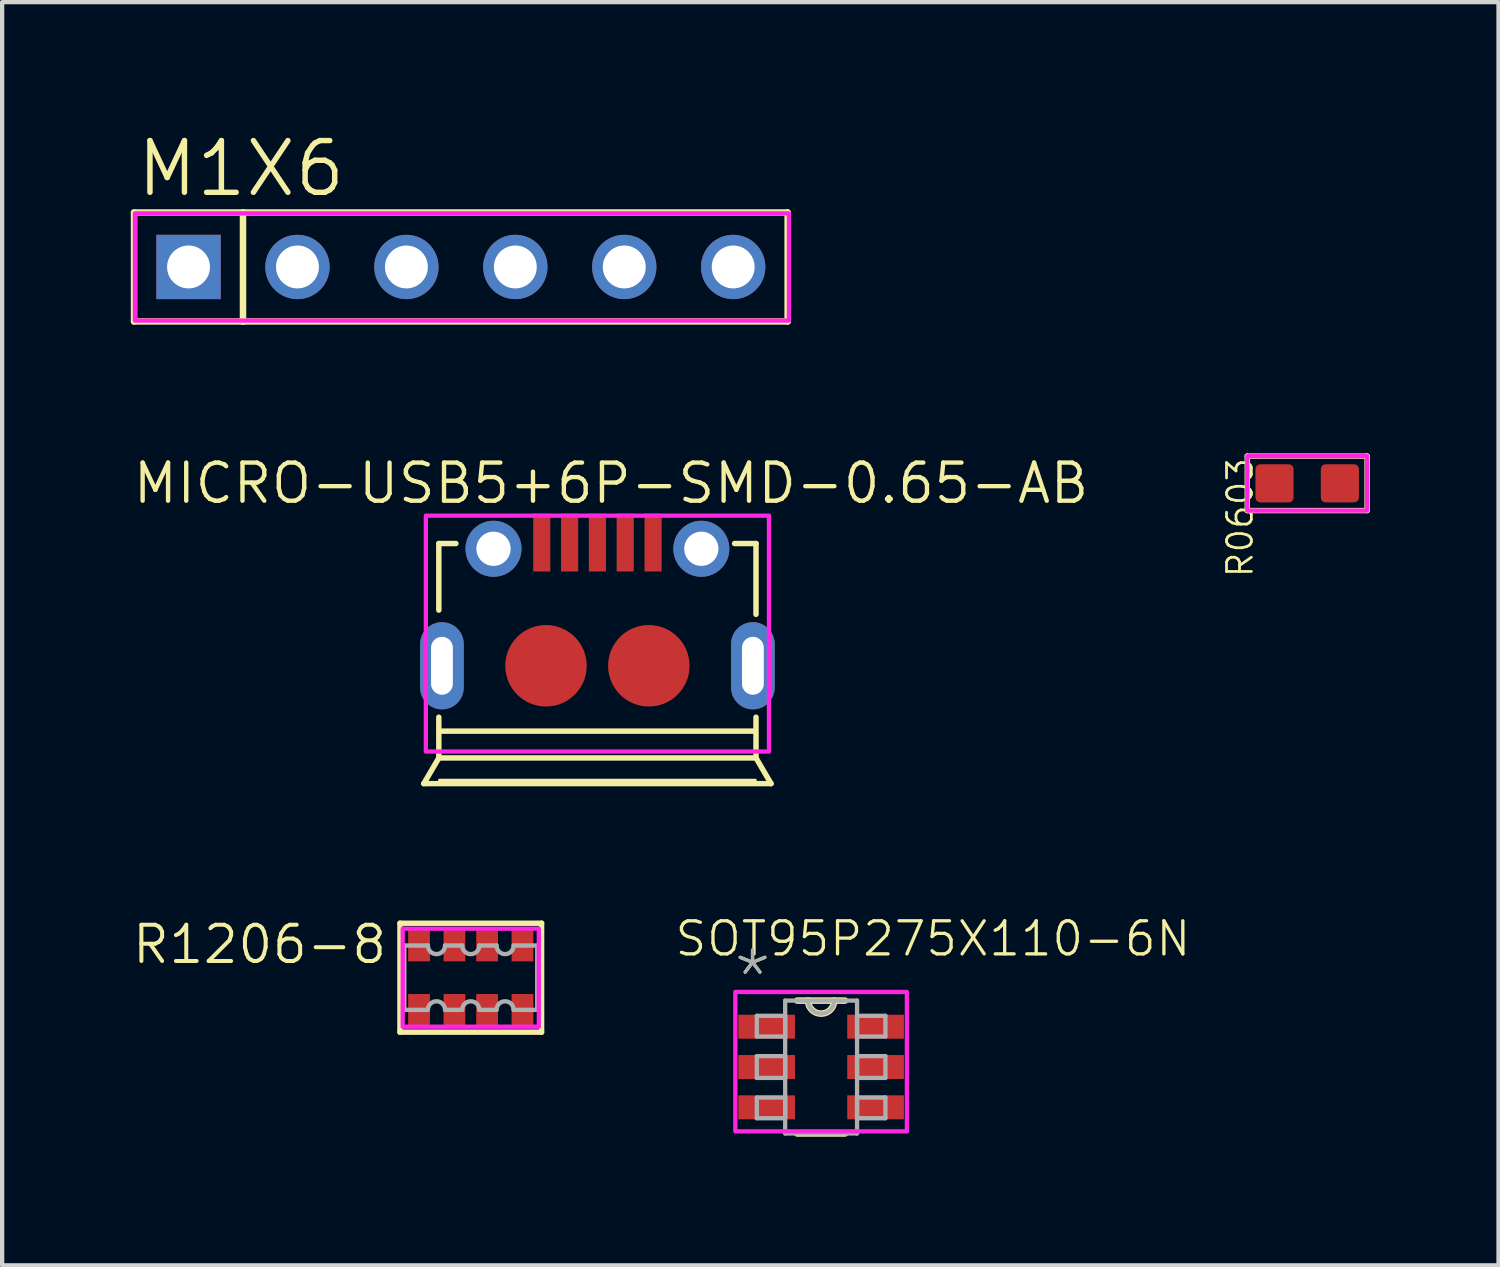
<source format=kicad_pcb>
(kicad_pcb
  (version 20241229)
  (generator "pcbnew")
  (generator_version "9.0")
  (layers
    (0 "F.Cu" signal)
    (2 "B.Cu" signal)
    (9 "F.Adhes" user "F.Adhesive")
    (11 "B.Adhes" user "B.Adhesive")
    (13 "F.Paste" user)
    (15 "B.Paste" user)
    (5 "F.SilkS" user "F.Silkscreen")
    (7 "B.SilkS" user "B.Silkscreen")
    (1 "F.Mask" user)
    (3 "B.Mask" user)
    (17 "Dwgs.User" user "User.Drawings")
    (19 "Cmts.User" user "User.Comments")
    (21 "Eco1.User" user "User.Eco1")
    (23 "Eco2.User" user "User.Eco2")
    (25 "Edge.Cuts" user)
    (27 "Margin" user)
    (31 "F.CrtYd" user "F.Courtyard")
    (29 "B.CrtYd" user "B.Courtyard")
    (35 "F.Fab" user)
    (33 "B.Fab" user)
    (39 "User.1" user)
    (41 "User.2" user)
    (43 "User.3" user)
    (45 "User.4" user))
  (footprint "SOT95P275X110-6N"
    (layer "F.Cu")
    (at 16.096 21.83)
    (property "Reference" "SOT95P275X110-6N" (at -3.454 -2.54 180) (layer "F.SilkS") (effects (font (size 0.772 0.772) (thickness 0.077)) (justify left bottom)))
    (attr smd)
    (fp_line (start -0.559 1.549) (end 0.559 1.549) (stroke (width 0.152) (type solid)) (layer "F.SilkS"))
    (fp_line (start 0.559 -1.549) (end -0.559 -1.549) (stroke (width 0.152) (type solid)) (layer "F.SilkS"))
    (fp_arc (start 0.3048 -1.5494) (mid 0 -1.2446) (end -0.3048 -1.5494) (stroke (width 0.1524) (type solid)) (layer "F.SilkS"))
    (fp_poly (pts (xy 2 1.5) (xy -2 1.5) (xy -2 -1.75) (xy 2 -1.75)) (stroke (width 0.1) (type solid)) (fill no) (layer "F.CrtYd"))
    (fp_line (start -1.499 -1.194) (end -1.499 -0.711) (stroke (width 0.1) (type solid)) (layer "F.Fab"))
    (fp_line (start -1.499 -0.711) (end -0.838 -0.711) (stroke (width 0.1) (type solid)) (layer "F.Fab"))
    (fp_line (start -1.499 -0.254) (end -1.499 0.254) (stroke (width 0.1) (type solid)) (layer "F.Fab"))
    (fp_line (start -1.499 0.254) (end -0.838 0.254) (stroke (width 0.1) (type solid)) (layer "F.Fab"))
    (fp_line (start -1.499 0.711) (end -1.499 1.194) (stroke (width 0.1) (type solid)) (layer "F.Fab"))
    (fp_line (start -1.499 1.194) (end -0.838 1.194) (stroke (width 0.1) (type solid)) (layer "F.Fab"))
    (fp_line (start -0.838 -1.549) (end -0.838 1.549) (stroke (width 0.1) (type solid)) (layer "F.Fab"))
    (fp_line (start -0.838 -1.194) (end -1.499 -1.194) (stroke (width 0.1) (type solid)) (layer "F.Fab"))
    (fp_line (start -0.838 -0.711) (end -0.838 -1.194) (stroke (width 0.1) (type solid)) (layer "F.Fab"))
    (fp_line (start -0.838 -0.254) (end -1.499 -0.254) (stroke (width 0.1) (type solid)) (layer "F.Fab"))
    (fp_line (start -0.838 0.254) (end -0.838 -0.254) (stroke (width 0.1) (type solid)) (layer "F.Fab"))
    (fp_line (start -0.838 0.711) (end -1.499 0.711) (stroke (width 0.1) (type solid)) (layer "F.Fab"))
    (fp_line (start -0.838 1.194) (end -0.838 0.711) (stroke (width 0.1) (type solid)) (layer "F.Fab"))
    (fp_line (start -0.838 1.549) (end 0.838 1.549) (stroke (width 0.1) (type solid)) (layer "F.Fab"))
    (fp_line (start 0.838 -1.549) (end -0.838 -1.549) (stroke (width 0.1) (type solid)) (layer "F.Fab"))
    (fp_line (start 0.838 -1.194) (end 0.838 -0.711) (stroke (width 0.1) (type solid)) (layer "F.Fab"))
    (fp_line (start 0.838 -0.711) (end 1.499 -0.711) (stroke (width 0.1) (type solid)) (layer "F.Fab"))
    (fp_line (start 0.838 -0.254) (end 0.838 0.254) (stroke (width 0.1) (type solid)) (layer "F.Fab"))
    (fp_line (start 0.838 0.254) (end 1.499 0.254) (stroke (width 0.1) (type solid)) (layer "F.Fab"))
    (fp_line (start 0.838 0.711) (end 0.838 1.194) (stroke (width 0.1) (type solid)) (layer "F.Fab"))
    (fp_line (start 0.838 1.194) (end 1.499 1.194) (stroke (width 0.1) (type solid)) (layer "F.Fab"))
    (fp_line (start 0.838 1.549) (end 0.838 -1.549) (stroke (width 0.1) (type solid)) (layer "F.Fab"))
    (fp_line (start 1.499 -1.194) (end 0.838 -1.194) (stroke (width 0.1) (type solid)) (layer "F.Fab"))
    (fp_line (start 1.499 -0.711) (end 1.499 -1.194) (stroke (width 0.1) (type solid)) (layer "F.Fab"))
    (fp_line (start 1.499 -0.254) (end 0.838 -0.254) (stroke (width 0.1) (type solid)) (layer "F.Fab"))
    (fp_line (start 1.499 0.254) (end 1.499 -0.254) (stroke (width 0.1) (type solid)) (layer "F.Fab"))
    (fp_line (start 1.499 0.711) (end 0.838 0.711) (stroke (width 0.1) (type solid)) (layer "F.Fab"))
    (fp_line (start 1.499 1.194) (end 1.499 0.711) (stroke (width 0.1) (type solid)) (layer "F.Fab"))
    (fp_arc (start 0.3048 -1.5494) (mid 0 -1.2446) (end -0.3048 -1.5494) (stroke (width 0.1) (type solid)) (layer "F.Fab"))
    (fp_text user "*" (at -2.108 -1.372 0) (layer "F.SilkS") (effects (font (size 1.206 1.206) (thickness 0.076)) (justify left bottom)))
    (fp_text user "*" (at -2.108 -1.372 0) (layer "F.Fab") (effects (font (size 1.206 1.206) (thickness 0.076)) (justify left bottom)))
    (pad "1" smd rect (at -1.27 -0.94) (size 1.321 0.559) (layers "F.Cu" "F.Mask" "F.Paste"))
    (pad "2" smd rect (at -1.27 0) (size 1.321 0.559) (layers "F.Cu" "F.Mask" "F.Paste"))
    (pad "3" smd rect (at -1.27 0.94) (size 1.321 0.559) (layers "F.Cu" "F.Mask" "F.Paste"))
    (pad "4" smd rect (at 1.27 0.94) (size 1.321 0.559) (layers "F.Cu" "F.Mask" "F.Paste"))
    (pad "5" smd rect (at 1.27 0) (size 1.321 0.559) (layers "F.Cu" "F.Mask" "F.Paste"))
    (pad "6" smd rect (at 1.27 -0.94) (size 1.321 0.559) (layers "F.Cu" "F.Mask" "F.Paste")))
  (footprint "R1206-8"
    (layer "F.Cu")
    (at 7.927 19.747)
    (property "Reference" "R1206-8" (at -1.905 -1.27 0) (layer "F.SilkS") (effects (font (size 0.845 0.845) (thickness 0.093)) (justify right top)))
    (attr smd)
    (fp_line (start -1.651 -1.27) (end 1.651 -1.27) (stroke (width 0.127) (type solid)) (layer "F.SilkS"))
    (fp_line (start -1.651 1.27) (end -1.651 -1.27) (stroke (width 0.127) (type solid)) (layer "F.SilkS"))
    (fp_line (start 1.651 -1.27) (end 1.651 1.27) (stroke (width 0.127) (type solid)) (layer "F.SilkS"))
    (fp_line (start 1.651 1.27) (end -1.651 1.27) (stroke (width 0.127) (type solid)) (layer "F.SilkS"))
    (fp_poly (pts (xy -1.587 1.143) (xy 1.587 1.143) (xy 1.587 -1.143) (xy -1.587 -1.143)) (stroke (width 0.1) (type solid)) (fill no) (layer "F.CrtYd"))
    (fp_line (start -1.55 -0.75) (end -1 -0.75) (stroke (width 0.102) (type solid)) (layer "F.Fab"))
    (fp_line (start -1.55 0.75) (end -1.55 -0.75) (stroke (width 0.102) (type solid)) (layer "F.Fab"))
    (fp_line (start -1 0.75) (end -1.55 0.75) (stroke (width 0.102) (type solid)) (layer "F.Fab"))
    (fp_line (start -0.6 -0.75) (end -0.2 -0.75) (stroke (width 0.102) (type solid)) (layer "F.Fab"))
    (fp_line (start -0.2 0.75) (end -0.6 0.75) (stroke (width 0.102) (type solid)) (layer "F.Fab"))
    (fp_line (start 0.2 -0.75) (end 0.6 -0.75) (stroke (width 0.102) (type solid)) (layer "F.Fab"))
    (fp_line (start 0.6 0.75) (end 0.2 0.75) (stroke (width 0.102) (type solid)) (layer "F.Fab"))
    (fp_line (start 1 -0.75) (end 1.55 -0.75) (stroke (width 0.102) (type solid)) (layer "F.Fab"))
    (fp_line (start 1.55 -0.75) (end 1.55 0.75) (stroke (width 0.102) (type solid)) (layer "F.Fab"))
    (fp_line (start 1.55 0.75) (end 1 0.75) (stroke (width 0.102) (type solid)) (layer "F.Fab"))
    (fp_arc (start -1 0.75) (mid -0.8 0.55) (end -0.6 0.75) (stroke (width 0.1016) (type solid)) (layer "F.Fab"))
    (fp_arc (start -0.6 -0.75) (mid -0.8 -0.55) (end -1 -0.75) (stroke (width 0.1016) (type solid)) (layer "F.Fab"))
    (fp_arc (start -0.2 0.75) (mid 0 0.55) (end 0.2 0.75) (stroke (width 0.1016) (type solid)) (layer "F.Fab"))
    (fp_arc (start 0.2 -0.75) (mid 0 -0.55) (end -0.2 -0.75) (stroke (width 0.1016) (type solid)) (layer "F.Fab"))
    (fp_arc (start 0.6 0.75) (mid 0.8 0.55) (end 1 0.75) (stroke (width 0.1016) (type solid)) (layer "F.Fab"))
    (fp_arc (start 1 -0.75) (mid 0.8 -0.55) (end 0.6 -0.75) (stroke (width 0.1016) (type solid)) (layer "F.Fab"))
    (pad "1" smd rect (at -1.206 0.762) (size 0.508 0.762) (layers "F.Cu" "F.Mask" "F.Paste"))
    (pad "2" smd rect (at -0.381 0.762) (size 0.508 0.762) (layers "F.Cu" "F.Mask" "F.Paste"))
    (pad "3" smd rect (at 0.381 0.762) (size 0.508 0.762) (layers "F.Cu" "F.Mask" "F.Paste"))
    (pad "4" smd rect (at 1.206 0.762) (size 0.508 0.762) (layers "F.Cu" "F.Mask" "F.Paste"))
    (pad "5" smd rect (at 1.206 -0.762) (size 0.508 0.762) (layers "F.Cu" "F.Mask" "F.Paste"))
    (pad "6" smd rect (at 0.381 -0.762) (size 0.508 0.762) (layers "F.Cu" "F.Mask" "F.Paste"))
    (pad "7" smd rect (at -0.381 -0.762) (size 0.508 0.762) (layers "F.Cu" "F.Mask" "F.Paste"))
    (pad "8" smd rect (at -1.206 -0.762) (size 0.508 0.762) (layers "F.Cu" "F.Mask" "F.Paste")))
  (footprint "M1X6"
    (layer "F.Cu")
    (at 1.346 3.175)
    (property "Reference" "M1X6" (at -1.27 -1.587 0) (layer "F.SilkS") (effects (font (size 1.206 1.206) (thickness 0.127)) (justify left bottom)))
    (attr through_hole)
    (fp_line (start -1.27 -1.27) (end -1.27 1.27) (stroke (width 0.152) (type solid)) (layer "F.SilkS"))
    (fp_line (start -1.27 1.27) (end 1.27 1.27) (stroke (width 0.152) (type solid)) (layer "F.SilkS"))
    (fp_line (start 1.27 -1.27) (end -1.27 -1.27) (stroke (width 0.152) (type solid)) (layer "F.SilkS"))
    (fp_line (start 1.27 -1.27) (end 1.27 1.27) (stroke (width 0.152) (type solid)) (layer "F.SilkS"))
    (fp_line (start 1.27 1.27) (end 13.97 1.27) (stroke (width 0.152) (type solid)) (layer "F.SilkS"))
    (fp_line (start 13.97 -1.27) (end 1.27 -1.27) (stroke (width 0.152) (type solid)) (layer "F.SilkS"))
    (fp_line (start 13.97 1.27) (end 13.97 -1.27) (stroke (width 0.152) (type solid)) (layer "F.SilkS"))
    (fp_poly (pts (xy 14 1.25) (xy -1.25 1.25) (xy -1.25 -1.25) (xy 14 -1.25)) (stroke (width 0.1) (type solid)) (fill no) (layer "F.CrtYd"))
    (pad "1" thru_hole rect (at 0 0) (size 1.5 1.5) (drill 1) (layers "*.Cu" "*.Mask"))
    (pad "2" thru_hole circle (at 2.54 0) (size 1.5 1.5) (drill 1) (layers "*.Cu" "*.Mask"))
    (pad "3" thru_hole circle (at 5.08 0) (size 1.5 1.5) (drill 1) (layers "*.Cu" "*.Mask"))
    (pad "4" thru_hole circle (at 7.62 0) (size 1.5 1.5) (drill 1) (layers "*.Cu" "*.Mask"))
    (pad "5" thru_hole circle (at 10.16 0) (size 1.5 1.5) (drill 1) (layers "*.Cu" "*.Mask"))
    (pad "6" thru_hole circle (at 12.7 0) (size 1.5 1.5) (drill 1) (layers "*.Cu" "*.Mask")))
  (footprint "MICRO-USB5+6P-SMD-0.65-AB"
    (layer "F.Cu")
    (at 10.88 12.474)
    (property "Reference" "MICRO-USB5+6P-SMD-0.65-AB" (at 0.318 -4.255 0) (layer "F.SilkS") (effects (font (size 0.889 0.889) (thickness 0.102))))
    (attr smd)
    (fp_line (start -4.049 2.748) (end -3.698 2.149) (stroke (width 0.127) (type solid)) (layer "F.SilkS"))
    (fp_line (start -3.698 -2.85) (end -3.698 -1.298) (stroke (width 0.127) (type solid)) (layer "F.SilkS"))
    (fp_line (start -3.698 1.199) (end -3.698 2.098) (stroke (width 0.127) (type solid)) (layer "F.SilkS"))
    (fp_line (start -3.698 2.149) (end 3.698 2.149) (stroke (width 0.127) (type solid)) (layer "F.SilkS"))
    (fp_line (start -3.683 1.524) (end 3.683 1.524) (stroke (width 0.127) (type solid)) (layer "F.SilkS"))
    (fp_line (start -3.683 2.667) (end 3.683 2.667) (stroke (width 0.066) (type solid)) (layer "F.SilkS"))
    (fp_line (start -3.299 -2.85) (end -3.698 -2.85) (stroke (width 0.127) (type solid)) (layer "F.SilkS"))
    (fp_line (start 3.198 -2.85) (end 3.698 -2.85) (stroke (width 0.127) (type solid)) (layer "F.SilkS"))
    (fp_line (start 3.698 -2.85) (end 3.698 -1.199) (stroke (width 0.127) (type solid)) (layer "F.SilkS"))
    (fp_line (start 3.698 1.199) (end 3.698 2.098) (stroke (width 0.127) (type solid)) (layer "F.SilkS"))
    (fp_line (start 3.698 2.149) (end 4.049 2.748) (stroke (width 0.127) (type solid)) (layer "F.SilkS"))
    (fp_line (start 4.049 2.748) (end -4.049 2.748) (stroke (width 0.127) (type solid)) (layer "F.SilkS"))
    (fp_poly (pts (xy 4 2) (xy -4 2) (xy -4 -3.5) (xy 4 -3.5)) (stroke (width 0.1) (type solid)) (fill no) (layer "F.CrtYd"))
    (pad "1" smd rect (at -1.298 -2.873 90) (size 1.349 0.399) (layers "F.Cu" "F.Mask" "F.Paste"))
    (pad "2" smd rect (at -0.648 -2.873 90) (size 1.349 0.399) (layers "F.Cu" "F.Mask" "F.Paste"))
    (pad "3" smd rect (at 0 -2.873 90) (size 1.349 0.399) (layers "F.Cu" "F.Mask" "F.Paste"))
    (pad "4" smd rect (at 0.648 -2.873 90) (size 1.349 0.399) (layers "F.Cu" "F.Mask" "F.Paste"))
    (pad "5" smd rect (at 1.298 -2.873 90) (size 1.349 0.399) (layers "F.Cu" "F.Mask" "F.Paste"))
    (pad "P1" smd circle (at -1.199 0 90) (size 1.9 1.9) (layers "F.Cu" "F.Mask" "F.Paste"))
    (pad "P2" smd circle (at 1.199 0 90) (size 1.9 1.9) (layers "F.Cu" "F.Mask" "F.Paste"))
    (pad "P3" thru_hole oval (at -3.625 0 180) (size 1.016 2.032) (drill oval 0.508 1.35) (layers "*.Cu" "*.Paste" "*.Mask"))
    (pad "P4" thru_hole oval (at 3.625 0 180) (size 1.016 2.032) (drill oval 0.508 1.35) (layers "*.Cu" "*.Paste" "*.Mask"))
    (pad "P5" thru_hole circle (at -2.423 -2.728 180) (size 1.306 1.306) (drill 0.798) (layers "*.Cu" "*.Paste" "*.Mask"))
    (pad "P6" thru_hole circle (at 2.423 -2.728 180) (size 1.306 1.306) (drill 0.798) (layers "*.Cu" "*.Paste" "*.Mask")))
  (footprint "R0603"
    (layer "F.Cu")
    (at 27.43 8.22)
    (property "Reference" "R0603" (at -1.905 -0.635 270) (layer "F.SilkS") (effects (font (size 0.579 0.579) (thickness 0.064)) (justify right top)))
    (attr smd)
    (fp_line (start -1.397 -0.635) (end 1.397 -0.635) (stroke (width 0.127) (type solid)) (layer "F.SilkS"))
    (fp_line (start -1.397 0.635) (end -1.397 -0.635) (stroke (width 0.127) (type solid)) (layer "F.SilkS"))
    (fp_line (start 1.397 -0.635) (end 1.397 0.635) (stroke (width 0.127) (type solid)) (layer "F.SilkS"))
    (fp_line (start 1.397 0.635) (end -1.397 0.635) (stroke (width 0.127) (type solid)) (layer "F.SilkS"))
    (fp_poly (pts (xy -1.397 0.635) (xy 1.397 0.635) (xy 1.397 -0.635) (xy -1.397 -0.635)) (stroke (width 0.1) (type solid)) (fill no) (layer "F.CrtYd"))
    (pad "1" smd roundrect (at -0.762 0) (size 0.889 0.889) (layers "F.Cu" "F.Mask" "F.Paste") (roundrect_rratio 0.125))
    (pad "2" smd roundrect (at 0.762 0) (size 0.889 0.889) (layers "F.Cu" "F.Mask" "F.Paste") (roundrect_rratio 0.125)))
  (gr_rect
    (start -3 -3)
    (end 31.891 26.455)
    (stroke (width 0.1) (type default))
    (fill no)
    (layer "Edge.Cuts")))
</source>
